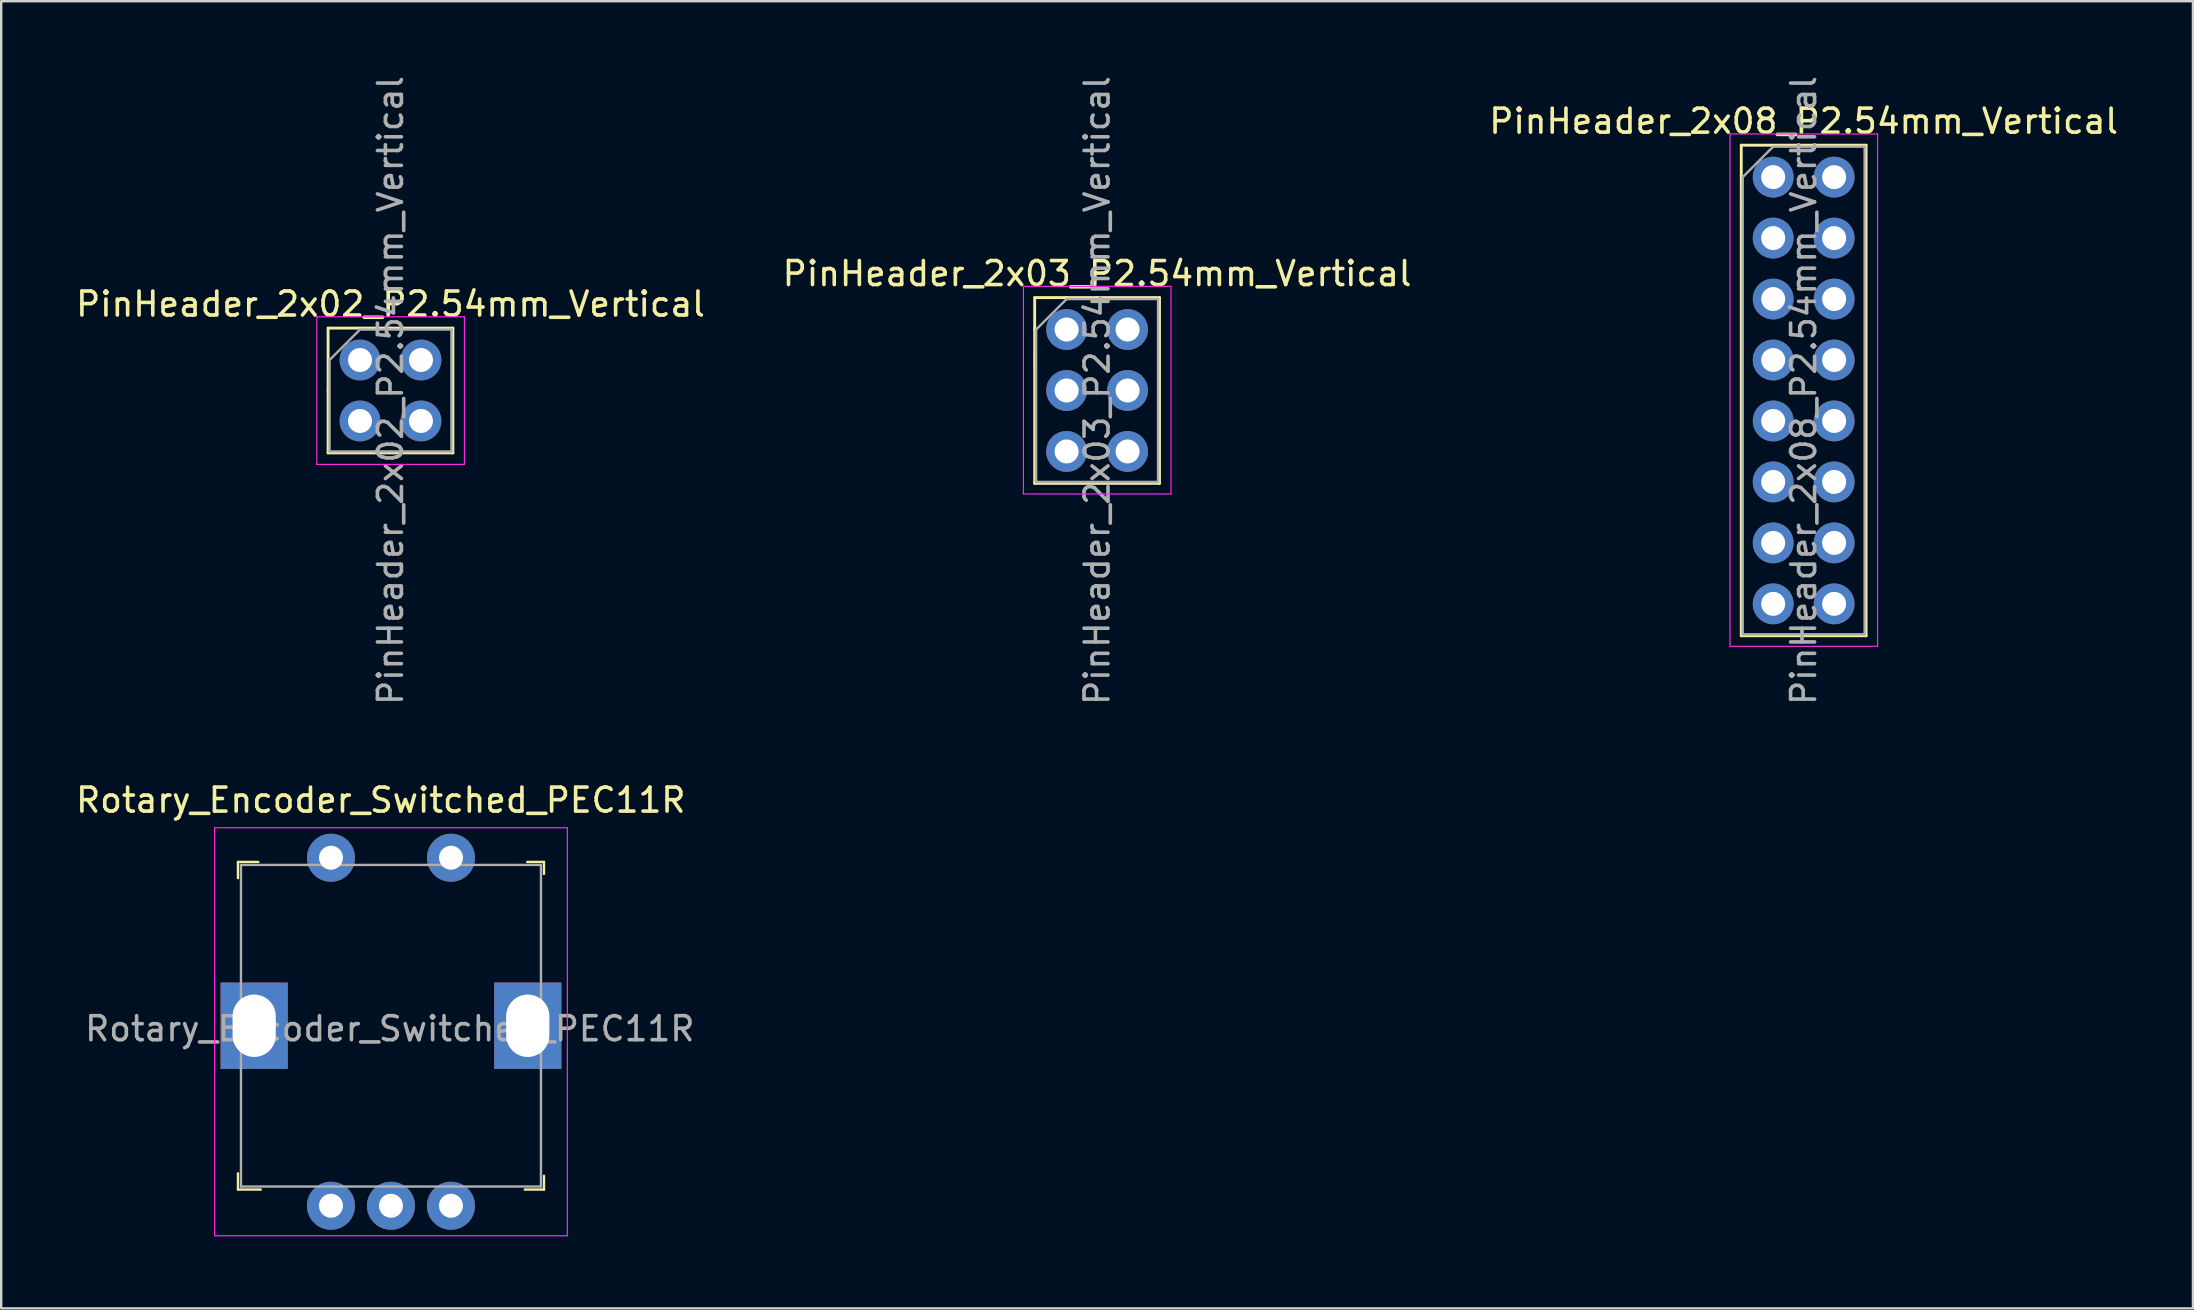
<source format=kicad_pcb>
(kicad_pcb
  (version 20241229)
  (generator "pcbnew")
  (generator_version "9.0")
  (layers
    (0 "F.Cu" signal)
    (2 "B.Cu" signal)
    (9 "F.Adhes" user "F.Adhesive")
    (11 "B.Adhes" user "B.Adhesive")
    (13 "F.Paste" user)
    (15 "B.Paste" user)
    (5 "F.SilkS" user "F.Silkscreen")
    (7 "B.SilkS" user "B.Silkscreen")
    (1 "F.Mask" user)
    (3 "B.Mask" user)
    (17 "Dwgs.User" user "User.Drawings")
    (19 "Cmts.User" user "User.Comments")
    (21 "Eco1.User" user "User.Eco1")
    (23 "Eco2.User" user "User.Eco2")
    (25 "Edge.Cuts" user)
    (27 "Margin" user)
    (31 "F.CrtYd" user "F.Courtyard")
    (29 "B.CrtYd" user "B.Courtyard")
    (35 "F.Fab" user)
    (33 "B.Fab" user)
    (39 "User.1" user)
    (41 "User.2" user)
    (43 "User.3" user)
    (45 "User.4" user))
  (footprint "PinHeader_2x08_P2.54mm_Vertical"
    (layer "F.Cu")
    (at 70.831 4.33)
    (property "Reference" "PinHeader_2x08_P2.54mm_Vertical" (at 1.27 -2.33 0) (layer "F.SilkS") (effects (font (size 1 1) (thickness 0.15))))
    (attr through_hole)
    (fp_line (start -1.33 -1.33) (end 1.21 -1.33) (stroke (width 0.12) (type solid)) (layer "F.SilkS"))
    (fp_line (start -1.33 1.27) (end -1.33 -1.33) (stroke (width 0.12) (type solid)) (layer "F.SilkS"))
    (fp_line (start -1.33 1.27) (end -1.33 19.11) (stroke (width 0.12) (type solid)) (layer "F.SilkS"))
    (fp_line (start -1.33 19.11) (end 3.87 19.11) (stroke (width 0.12) (type solid)) (layer "F.SilkS"))
    (fp_line (start 1.27 -1.33) (end 3.87 -1.33) (stroke (width 0.12) (type solid)) (layer "F.SilkS"))
    (fp_line (start 3.87 -1.33) (end 3.87 19.11) (stroke (width 0.12) (type solid)) (layer "F.SilkS"))
    (fp_line (start -1.8 -1.8) (end -1.8 19.55) (stroke (width 0.05) (type solid)) (layer "F.CrtYd"))
    (fp_line (start -1.8 19.55) (end 4.35 19.55) (stroke (width 0.05) (type solid)) (layer "F.CrtYd"))
    (fp_line (start 4.35 -1.8) (end -1.8 -1.8) (stroke (width 0.05) (type solid)) (layer "F.CrtYd"))
    (fp_line (start 4.35 19.55) (end 4.35 -1.8) (stroke (width 0.05) (type solid)) (layer "F.CrtYd"))
    (fp_line (start -1.27 0) (end 0 -1.27) (stroke (width 0.1) (type solid)) (layer "F.Fab"))
    (fp_line (start -1.27 19.05) (end -1.27 0) (stroke (width 0.1) (type solid)) (layer "F.Fab"))
    (fp_line (start 0 -1.27) (end 3.81 -1.27) (stroke (width 0.1) (type solid)) (layer "F.Fab"))
    (fp_line (start 3.81 -1.27) (end 3.81 19.05) (stroke (width 0.1) (type solid)) (layer "F.Fab"))
    (fp_line (start 3.81 19.05) (end -1.27 19.05) (stroke (width 0.1) (type solid)) (layer "F.Fab"))
    (fp_text user "${REFERENCE}" (at 1.27 8.89 90) (layer "F.Fab") (effects (font (size 1 1) (thickness 0.15))))
    (pad "1" thru_hole circle (at 0 0) (size 1.7 1.7) (drill 1) (layers "*.Cu" "*.Mask"))
    (pad "2" thru_hole oval (at 2.54 0) (size 1.7 1.7) (drill 1) (layers "*.Cu" "*.Mask"))
    (pad "3" thru_hole oval (at 0 2.54) (size 1.7 1.7) (drill 1) (layers "*.Cu" "*.Mask"))
    (pad "4" thru_hole oval (at 2.54 2.54) (size 1.7 1.7) (drill 1) (layers "*.Cu" "*.Mask"))
    (pad "5" thru_hole oval (at 0 5.08) (size 1.7 1.7) (drill 1) (layers "*.Cu" "*.Mask"))
    (pad "6" thru_hole oval (at 2.54 5.08) (size 1.7 1.7) (drill 1) (layers "*.Cu" "*.Mask"))
    (pad "7" thru_hole oval (at 0 7.62) (size 1.7 1.7) (drill 1) (layers "*.Cu" "*.Mask"))
    (pad "8" thru_hole oval (at 2.54 7.62) (size 1.7 1.7) (drill 1) (layers "*.Cu" "*.Mask"))
    (pad "9" thru_hole oval (at 0 10.16) (size 1.7 1.7) (drill 1) (layers "*.Cu" "*.Mask"))
    (pad "10" thru_hole oval (at 2.54 10.16) (size 1.7 1.7) (drill 1) (layers "*.Cu" "*.Mask"))
    (pad "11" thru_hole oval (at 0 12.7) (size 1.7 1.7) (drill 1) (layers "*.Cu" "*.Mask"))
    (pad "12" thru_hole oval (at 2.54 12.7) (size 1.7 1.7) (drill 1) (layers "*.Cu" "*.Mask"))
    (pad "13" thru_hole oval (at 0 15.24) (size 1.7 1.7) (drill 1) (layers "*.Cu" "*.Mask"))
    (pad "14" thru_hole oval (at 2.54 15.24) (size 1.7 1.7) (drill 1) (layers "*.Cu" "*.Mask"))
    (pad "15" thru_hole oval (at 0 17.78) (size 1.7 1.7) (drill 1) (layers "*.Cu" "*.Mask"))
    (pad "16" thru_hole oval (at 2.54 17.78) (size 1.7 1.7) (drill 1) (layers "*.Cu" "*.Mask")))
  (footprint "PinHeader_2x03_P2.54mm_Vertical"
    (layer "F.Cu")
    (at 41.391 10.68)
    (property "Reference" "PinHeader_2x03_P2.54mm_Vertical" (at 1.27 -2.33 0) (layer "F.SilkS") (effects (font (size 1 1) (thickness 0.15))))
    (attr through_hole)
    (fp_line (start -1.33 -1.33) (end 0 -1.33) (stroke (width 0.12) (type solid)) (layer "F.SilkS"))
    (fp_line (start -1.33 0) (end -1.33 -1.33) (stroke (width 0.12) (type solid)) (layer "F.SilkS"))
    (fp_line (start -1.33 1.27) (end -1.33 0) (stroke (width 0.12) (type solid)) (layer "F.SilkS"))
    (fp_line (start -1.33 1.27) (end -1.33 6.41) (stroke (width 0.12) (type solid)) (layer "F.SilkS"))
    (fp_line (start -1.33 6.41) (end 3.87 6.41) (stroke (width 0.12) (type solid)) (layer "F.SilkS"))
    (fp_line (start 1.27 -1.33) (end 0 -1.33) (stroke (width 0.12) (type solid)) (layer "F.SilkS"))
    (fp_line (start 1.27 -1.33) (end 3.87 -1.33) (stroke (width 0.12) (type solid)) (layer "F.SilkS"))
    (fp_line (start 3.87 -1.33) (end 3.87 6.41) (stroke (width 0.12) (type solid)) (layer "F.SilkS"))
    (fp_line (start -1.8 -1.8) (end -1.8 6.85) (stroke (width 0.05) (type solid)) (layer "F.CrtYd"))
    (fp_line (start -1.8 6.85) (end 4.35 6.85) (stroke (width 0.05) (type solid)) (layer "F.CrtYd"))
    (fp_line (start 4.35 -1.8) (end -1.8 -1.8) (stroke (width 0.05) (type solid)) (layer "F.CrtYd"))
    (fp_line (start 4.35 6.85) (end 4.35 -1.8) (stroke (width 0.05) (type solid)) (layer "F.CrtYd"))
    (fp_line (start -1.27 0) (end 0 -1.27) (stroke (width 0.1) (type solid)) (layer "F.Fab"))
    (fp_line (start -1.27 6.35) (end -1.27 0) (stroke (width 0.1) (type solid)) (layer "F.Fab"))
    (fp_line (start 0 -1.27) (end 3.81 -1.27) (stroke (width 0.1) (type solid)) (layer "F.Fab"))
    (fp_line (start 3.81 -1.27) (end 3.81 6.35) (stroke (width 0.1) (type solid)) (layer "F.Fab"))
    (fp_line (start 3.81 6.35) (end -1.27 6.35) (stroke (width 0.1) (type solid)) (layer "F.Fab"))
    (fp_text user "${REFERENCE}" (at 1.27 2.54 90) (layer "F.Fab") (effects (font (size 1 1) (thickness 0.15))))
    (pad "1" thru_hole circle (at 0 0) (size 1.7 1.7) (drill 1) (layers "*.Cu" "*.Mask"))
    (pad "2" thru_hole oval (at 2.54 0) (size 1.7 1.7) (drill 1) (layers "*.Cu" "*.Mask"))
    (pad "3" thru_hole oval (at 0 2.54) (size 1.7 1.7) (drill 1) (layers "*.Cu" "*.Mask"))
    (pad "4" thru_hole oval (at 2.54 2.54) (size 1.7 1.7) (drill 1) (layers "*.Cu" "*.Mask"))
    (pad "5" thru_hole oval (at 0 5.08) (size 1.7 1.7) (drill 1) (layers "*.Cu" "*.Mask"))
    (pad "6" thru_hole oval (at 2.54 5.08) (size 1.7 1.7) (drill 1) (layers "*.Cu" "*.Mask")))
  (footprint "Rotary_Encoder_Switched_PEC11R"
    (layer "F.Cu")
    (at 7.54 39.689)
    (property "Reference" "Rotary_Encoder_Switched_PEC11R" (at 5.275 -9.4 0) (layer "F.SilkS") (effects (font (size 1 1) (thickness 0.15))))
    (attr through_hole)
    (fp_line (start -0.675 -6.825) (end -0.675 -6.15) (stroke (width 0.1) (type solid)) (layer "F.SilkS"))
    (fp_line (start -0.675 6.825) (end -0.675 6.15) (stroke (width 0.1) (type solid)) (layer "F.SilkS"))
    (fp_line (start 0.175 -6.825) (end -0.675 -6.825) (stroke (width 0.1) (type solid)) (layer "F.SilkS"))
    (fp_line (start 0.275 6.825) (end -0.675 6.825) (stroke (width 0.1) (type solid)) (layer "F.SilkS"))
    (fp_line (start 11.375 -6.825) (end 12.075 -6.825) (stroke (width 0.1) (type solid)) (layer "F.SilkS"))
    (fp_line (start 12.075 -6.825) (end 12.075 -6.325) (stroke (width 0.1) (type solid)) (layer "F.SilkS"))
    (fp_line (start 12.075 6.25) (end 12.075 6.825) (stroke (width 0.1) (type solid)) (layer "F.SilkS"))
    (fp_line (start 12.075 6.825) (end 11.275 6.825) (stroke (width 0.1) (type solid)) (layer "F.SilkS"))
    (fp_line (start -1.65 -8.25) (end 13.05 -8.25) (stroke (width 0.05) (type solid)) (layer "F.CrtYd"))
    (fp_line (start -1.65 8.75) (end -1.65 -8.25) (stroke (width 0.05) (type solid)) (layer "F.CrtYd"))
    (fp_line (start 13.05 -8.25) (end 13.05 8.75) (stroke (width 0.05) (type solid)) (layer "F.CrtYd"))
    (fp_line (start 13.05 8.75) (end -1.65 8.75) (stroke (width 0.05) (type solid)) (layer "F.CrtYd"))
    (fp_line (start -0.55 -6.7) (end -0.55 6.7) (stroke (width 0.1) (type solid)) (layer "F.Fab"))
    (fp_line (start -0.55 -6.7) (end 11.95 -6.7) (stroke (width 0.1) (type solid)) (layer "F.Fab"))
    (fp_line (start -0.55 6.7) (end 11.95 6.7) (stroke (width 0.1) (type solid)) (layer "F.Fab"))
    (fp_line (start 11.95 -6.7) (end 11.95 6.7) (stroke (width 0.1) (type solid)) (layer "F.Fab"))
    (fp_text user "${REFERENCE}" (at 5.65 0.125 0) (layer "F.Fab") (effects (font (size 1 1) (thickness 0.15))))
    (pad "1" thru_hole circle (at 3.2 -7) (size 2 2) (drill 1) (layers "*.Cu" "*.Mask"))
    (pad "2" thru_hole circle (at 8.2 -7) (size 2 2) (drill 1) (layers "*.Cu" "*.Mask"))
    (pad "3" thru_hole rect (at 0 0) (size 2.8 3.6) (drill oval 1.8 2.6) (layers "*.Cu" "*.Mask"))
    (pad "3" thru_hole rect (at 11.4 0) (size 2.8 3.6) (drill oval 1.8 2.6) (layers "*.Cu" "*.Mask"))
    (pad "A" thru_hole circle (at 3.2 7.5) (size 2 2) (drill 1) (layers "*.Cu" "*.Mask"))
    (pad "B" thru_hole circle (at 8.2 7.5) (size 2 2) (drill 1) (layers "*.Cu" "*.Mask"))
    (pad "C" thru_hole circle (at 5.7 7.5) (size 2 2) (drill 1) (layers "*.Cu" "*.Mask")))
  (footprint "PinHeader_2x02_P2.54mm_Vertical"
    (layer "F.Cu")
    (at 11.95 11.95)
    (property "Reference" "PinHeader_2x02_P2.54mm_Vertical" (at 1.27 -2.33 0) (layer "F.SilkS") (effects (font (size 1 1) (thickness 0.15))))
    (attr through_hole)
    (fp_line (start -1.33 -1.33) (end 0 -1.33) (stroke (width 0.12) (type solid)) (layer "F.SilkS"))
    (fp_line (start -1.33 0) (end -1.33 -1.33) (stroke (width 0.12) (type solid)) (layer "F.SilkS"))
    (fp_line (start -1.33 0) (end -1.33 1.27) (stroke (width 0.12) (type solid)) (layer "F.SilkS"))
    (fp_line (start -1.33 1.27) (end -1.33 3.87) (stroke (width 0.12) (type solid)) (layer "F.SilkS"))
    (fp_line (start -1.33 3.87) (end 3.87 3.87) (stroke (width 0.12) (type solid)) (layer "F.SilkS"))
    (fp_line (start 0 -1.33) (end 1.27 -1.33) (stroke (width 0.12) (type solid)) (layer "F.SilkS"))
    (fp_line (start 1.27 -1.33) (end 3.87 -1.33) (stroke (width 0.12) (type solid)) (layer "F.SilkS"))
    (fp_line (start 3.87 -1.33) (end 3.87 3.87) (stroke (width 0.12) (type solid)) (layer "F.SilkS"))
    (fp_line (start -1.8 -1.8) (end -1.8 4.35) (stroke (width 0.05) (type solid)) (layer "F.CrtYd"))
    (fp_line (start -1.8 4.35) (end 4.35 4.35) (stroke (width 0.05) (type solid)) (layer "F.CrtYd"))
    (fp_line (start 4.35 -1.8) (end -1.8 -1.8) (stroke (width 0.05) (type solid)) (layer "F.CrtYd"))
    (fp_line (start 4.35 4.35) (end 4.35 -1.8) (stroke (width 0.05) (type solid)) (layer "F.CrtYd"))
    (fp_line (start -1.27 0) (end 0 -1.27) (stroke (width 0.1) (type solid)) (layer "F.Fab"))
    (fp_line (start -1.27 3.81) (end -1.27 0) (stroke (width 0.1) (type solid)) (layer "F.Fab"))
    (fp_line (start 0 -1.27) (end 3.81 -1.27) (stroke (width 0.1) (type solid)) (layer "F.Fab"))
    (fp_line (start 3.81 -1.27) (end 3.81 3.81) (stroke (width 0.1) (type solid)) (layer "F.Fab"))
    (fp_line (start 3.81 3.81) (end -1.27 3.81) (stroke (width 0.1) (type solid)) (layer "F.Fab"))
    (fp_text user "${REFERENCE}" (at 1.27 1.27 90) (layer "F.Fab") (effects (font (size 1 1) (thickness 0.15))))
    (pad "1" thru_hole circle (at 0 0) (size 1.7 1.7) (drill 1) (layers "*.Cu" "*.Mask"))
    (pad "2" thru_hole oval (at 2.54 0) (size 1.7 1.7) (drill 1) (layers "*.Cu" "*.Mask"))
    (pad "3" thru_hole oval (at 0 2.54) (size 1.7 1.7) (drill 1) (layers "*.Cu" "*.Mask"))
    (pad "4" thru_hole oval (at 2.54 2.54) (size 1.7 1.7) (drill 1) (layers "*.Cu" "*.Mask")))
  (gr_rect
    (start -3 -3)
    (end 88.321 51.464)
    (stroke (width 0.1) (type default))
    (fill no)
    (layer "Edge.Cuts")))
</source>
